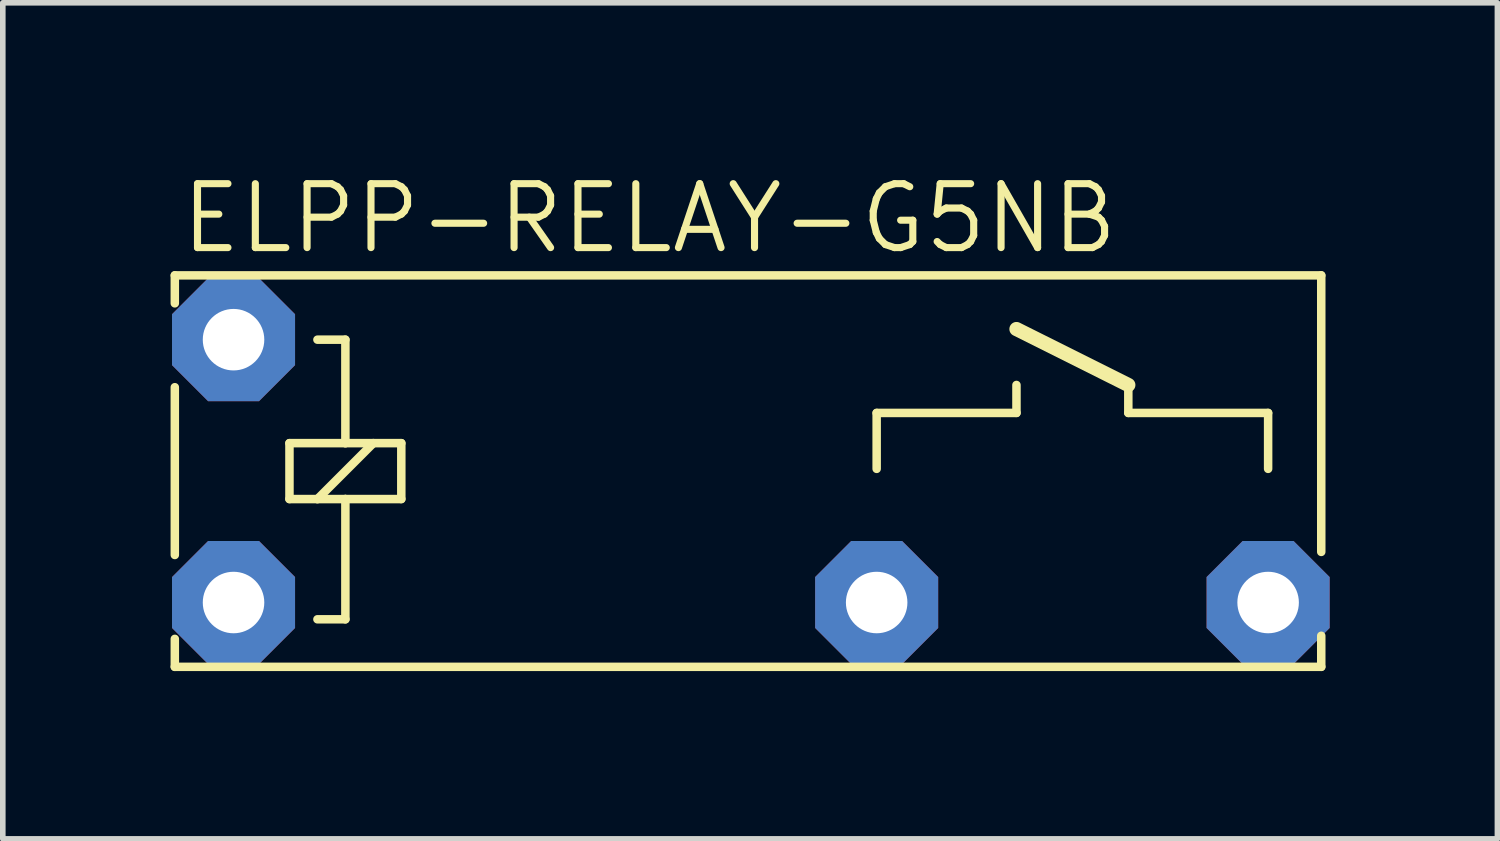
<source format=kicad_pcb>
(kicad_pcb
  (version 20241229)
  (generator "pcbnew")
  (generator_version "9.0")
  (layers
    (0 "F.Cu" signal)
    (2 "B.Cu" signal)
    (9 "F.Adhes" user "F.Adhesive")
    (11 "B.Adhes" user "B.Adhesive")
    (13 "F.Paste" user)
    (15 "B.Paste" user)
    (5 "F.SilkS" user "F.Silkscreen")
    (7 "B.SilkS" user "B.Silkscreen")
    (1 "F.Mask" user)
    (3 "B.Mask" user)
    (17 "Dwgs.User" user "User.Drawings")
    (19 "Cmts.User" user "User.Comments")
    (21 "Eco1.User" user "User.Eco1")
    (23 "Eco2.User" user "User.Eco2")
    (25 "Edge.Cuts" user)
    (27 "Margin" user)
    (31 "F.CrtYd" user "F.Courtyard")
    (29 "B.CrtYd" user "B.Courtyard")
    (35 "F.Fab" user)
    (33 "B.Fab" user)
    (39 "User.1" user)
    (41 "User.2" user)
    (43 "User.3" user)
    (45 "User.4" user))
  (footprint "ELPP-RELAY-G5NB"
    (layer "F.Cu")
    (at 10.016 5.564)
    (property "Reference" "ELPP-RELAY-G5NB" (at -9.89 -4.04 0) (unlocked yes) (layer "F.SilkS") (effects (font (size 1.143 1.143) (thickness 0.127)) (justify left bottom)))
    (fp_line (start -9.94 -3.69) (end -9.94 -3.19) (stroke (width 0.152) (type solid)) (layer "F.SilkS"))
    (fp_line (start -9.94 -3.69) (end 10.56 -3.69) (stroke (width 0.152) (type solid)) (layer "F.SilkS"))
    (fp_line (start -9.94 -1.69) (end -9.94 1.31) (stroke (width 0.152) (type solid)) (layer "F.SilkS"))
    (fp_line (start -9.94 2.81) (end -9.94 3.31) (stroke (width 0.152) (type solid)) (layer "F.SilkS"))
    (fp_line (start -9.94 3.31) (end 10.56 3.31) (stroke (width 0.152) (type solid)) (layer "F.SilkS"))
    (fp_line (start -7.89 -0.69) (end -7.89 0.31) (stroke (width 0.152) (type solid)) (layer "F.SilkS"))
    (fp_line (start -7.89 0.31) (end -7.39 0.31) (stroke (width 0.152) (type solid)) (layer "F.SilkS"))
    (fp_line (start -7.39 0.31) (end -6.89 0.31) (stroke (width 0.152) (type solid)) (layer "F.SilkS"))
    (fp_line (start -6.89 -2.54) (end -7.39 -2.54) (stroke (width 0.152) (type solid)) (layer "F.SilkS"))
    (fp_line (start -6.89 -0.69) (end -7.89 -0.69) (stroke (width 0.152) (type solid)) (layer "F.SilkS"))
    (fp_line (start -6.89 -0.69) (end -6.89 -2.54) (stroke (width 0.152) (type solid)) (layer "F.SilkS"))
    (fp_line (start -6.89 0.31) (end -6.89 2.46) (stroke (width 0.152) (type solid)) (layer "F.SilkS"))
    (fp_line (start -6.89 0.31) (end -5.89 0.31) (stroke (width 0.152) (type solid)) (layer "F.SilkS"))
    (fp_line (start -6.89 2.46) (end -7.39 2.46) (stroke (width 0.152) (type solid)) (layer "F.SilkS"))
    (fp_line (start -6.39 -0.69) (end -7.39 0.31) (stroke (width 0.152) (type solid)) (layer "F.SilkS"))
    (fp_line (start -6.39 -0.69) (end -6.89 -0.69) (stroke (width 0.152) (type solid)) (layer "F.SilkS"))
    (fp_line (start -5.89 -0.69) (end -6.39 -0.69) (stroke (width 0.152) (type solid)) (layer "F.SilkS"))
    (fp_line (start -5.89 0.31) (end -5.89 -0.69) (stroke (width 0.152) (type solid)) (layer "F.SilkS"))
    (fp_line (start 2.61 -0.23) (end 2.61 -1.23) (stroke (width 0.152) (type solid)) (layer "F.SilkS"))
    (fp_line (start 5.11 -1.23) (end 2.61 -1.23) (stroke (width 0.152) (type solid)) (layer "F.SilkS"))
    (fp_line (start 5.11 -1.23) (end 5.11 -1.73) (stroke (width 0.152) (type solid)) (layer "F.SilkS"))
    (fp_line (start 7.11 -1.73) (end 5.11 -2.73) (stroke (width 0.254) (type solid)) (layer "F.SilkS"))
    (fp_line (start 7.11 -1.23) (end 7.11 -1.73) (stroke (width 0.152) (type solid)) (layer "F.SilkS"))
    (fp_line (start 9.61 -1.23) (end 7.11 -1.23) (stroke (width 0.152) (type solid)) (layer "F.SilkS"))
    (fp_line (start 9.61 -0.23) (end 9.61 -1.23) (stroke (width 0.152) (type solid)) (layer "F.SilkS"))
    (fp_line (start 10.56 -3.69) (end 10.56 1.255) (stroke (width 0.152) (type solid)) (layer "F.SilkS"))
    (fp_line (start 10.56 2.755) (end 10.56 3.31) (stroke (width 0.152) (type solid)) (layer "F.SilkS"))
    (pad "1" thru_hole roundrect (at -8.89 -2.54) (size 2.2 2.2) (drill 1.1) (layers "*.Cu" "*.Mask") (roundrect_rratio 0.25) (chamfer_ratio 0.293) (chamfer top_left top_right bottom_left bottom_right))
    (pad "2" thru_hole roundrect (at 2.61 2.16) (size 2.2 2.2) (drill 1.1) (layers "*.Cu" "*.Mask") (roundrect_rratio 0.25) (chamfer_ratio 0.293) (chamfer top_left top_right bottom_left bottom_right))
    (pad "3" thru_hole roundrect (at 9.61 2.16) (size 2.2 2.2) (drill 1.1) (layers "*.Cu" "*.Mask") (roundrect_rratio 0.25) (chamfer_ratio 0.293) (chamfer top_left top_right bottom_left bottom_right))
    (pad "4" thru_hole roundrect (at -8.89 2.16) (size 2.2 2.2) (drill 1.1) (layers "*.Cu" "*.Mask") (roundrect_rratio 0.25) (chamfer_ratio 0.293) (chamfer top_left top_right bottom_left bottom_right)))
  (gr_rect
    (start -3 -3)
    (end 23.726 11.95)
    (stroke (width 0.1) (type default))
    (fill no)
    (layer "Edge.Cuts")))
</source>
